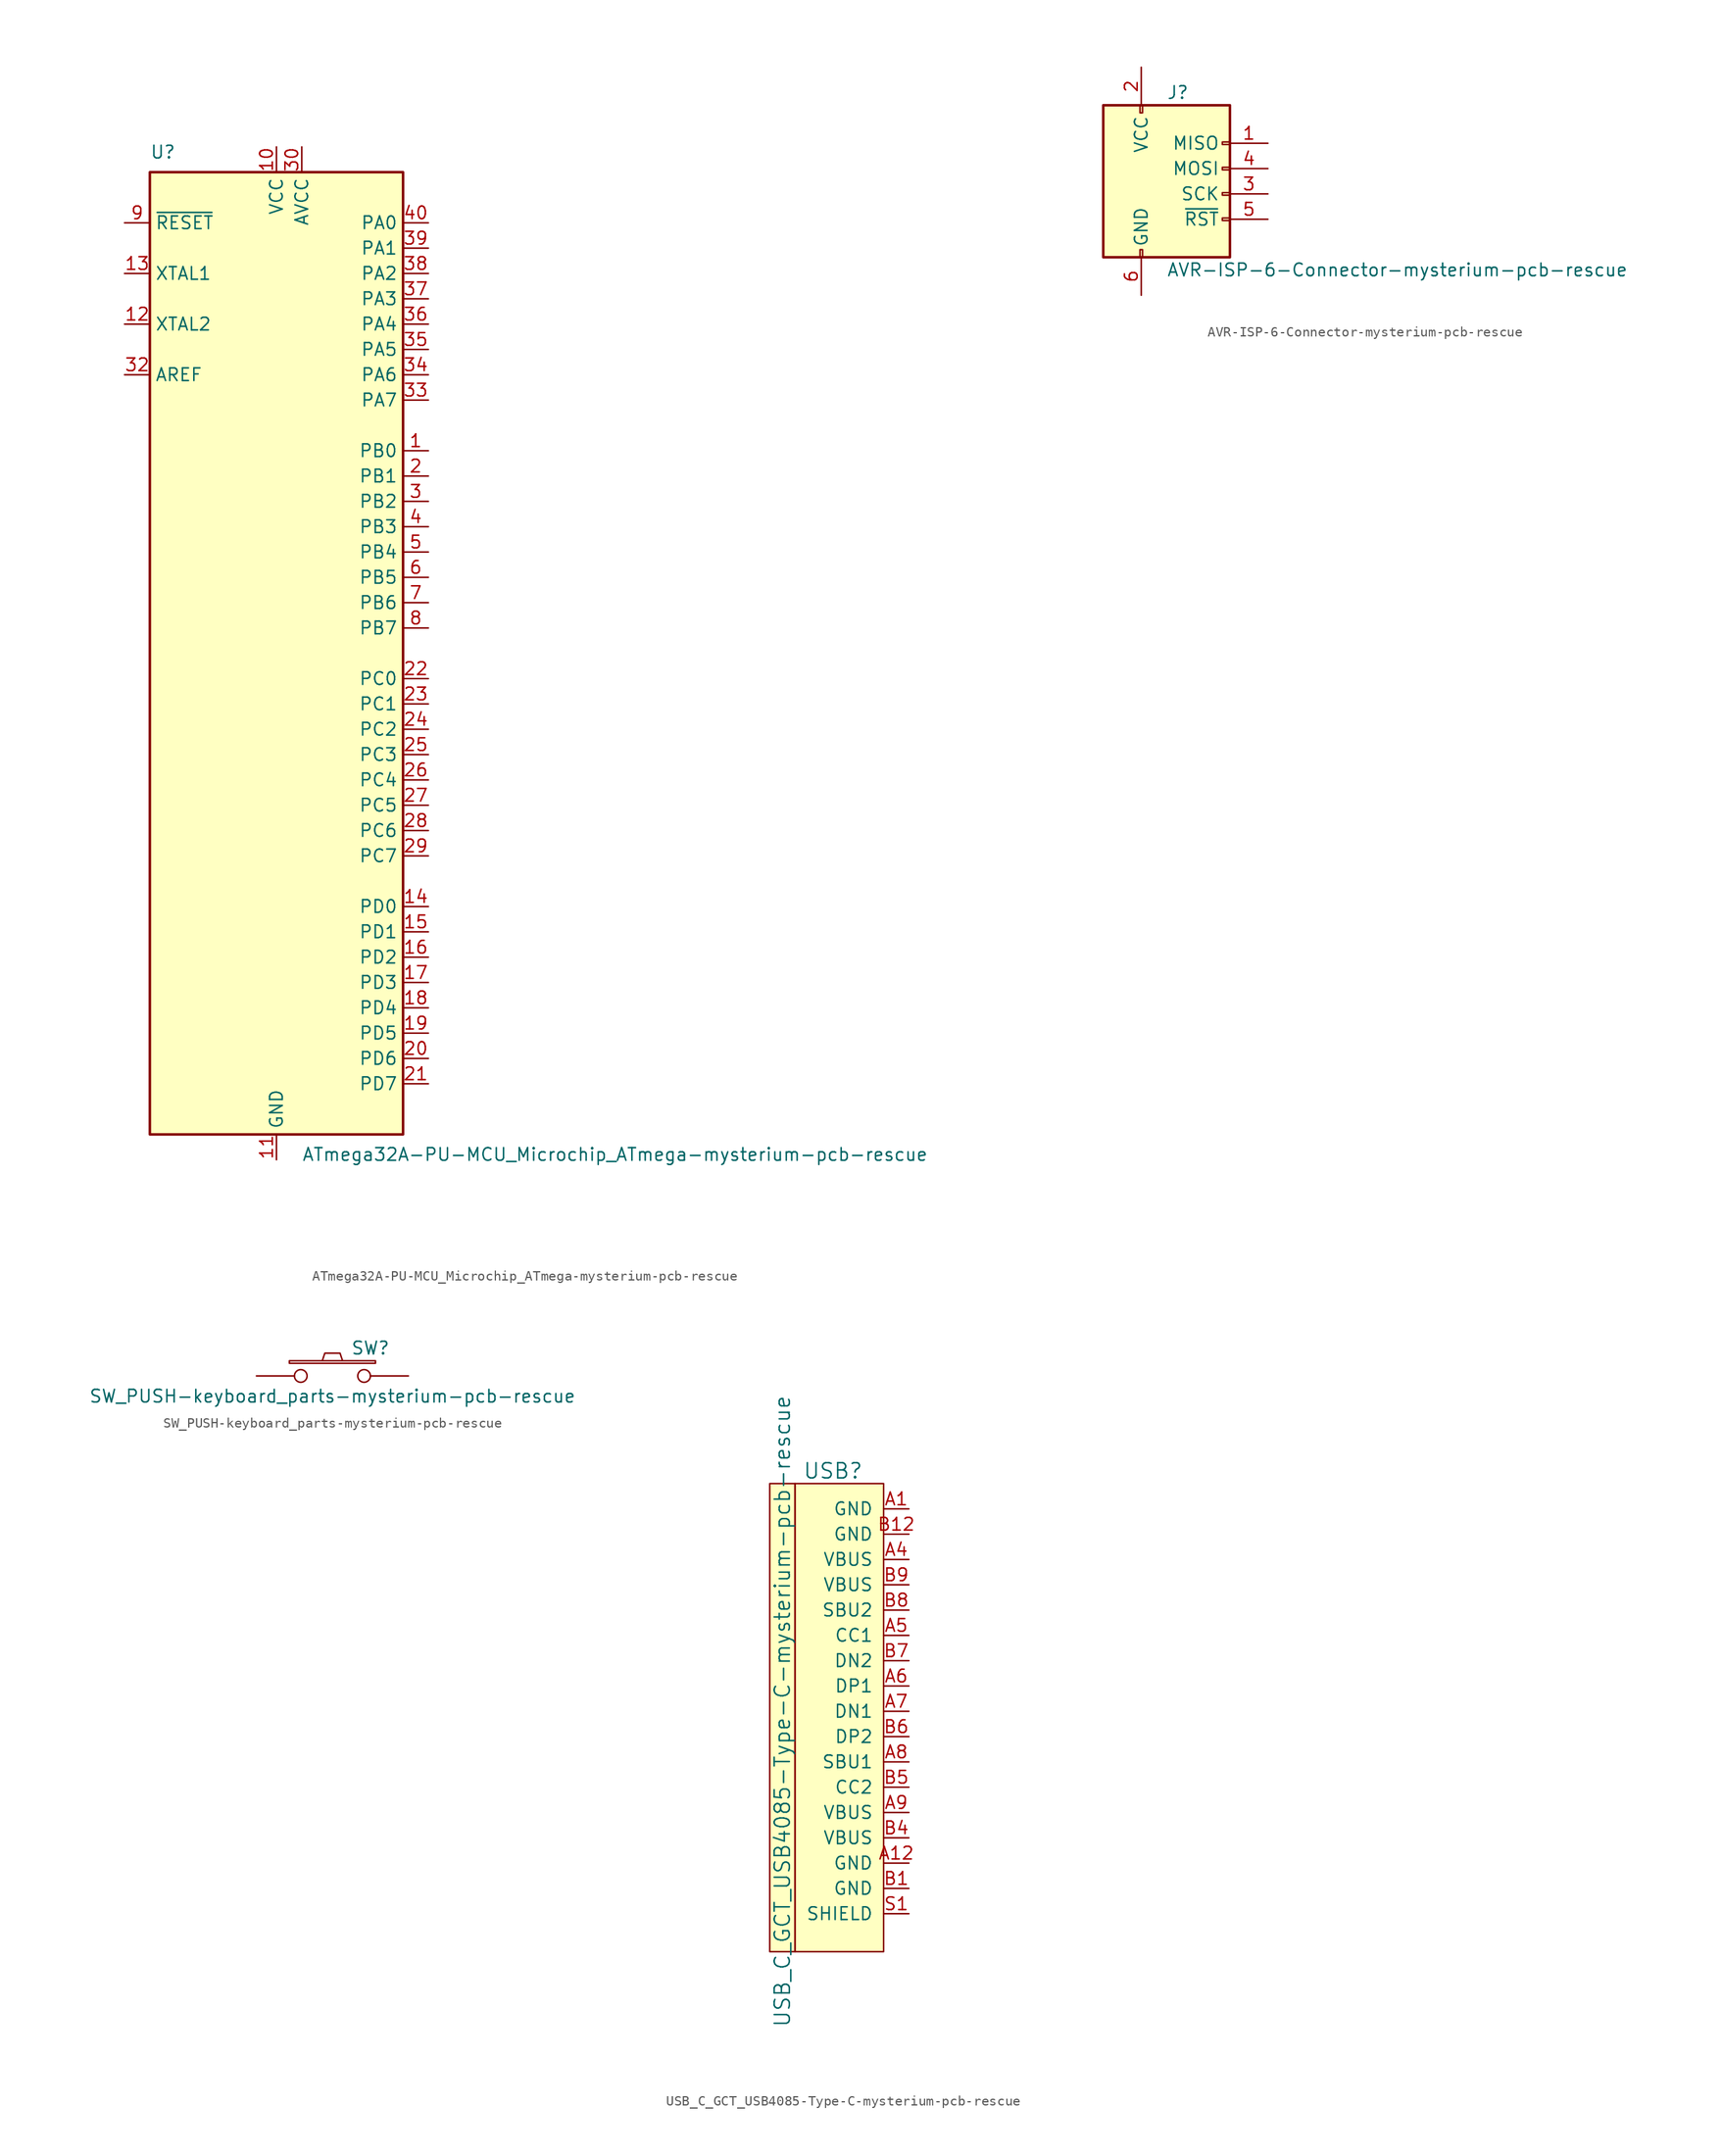
<source format=kicad_sym>
(kicad_symbol_lib
  (version 20211014)
  (generator kicad_symbol_editor)
  (symbol "ATmega32A-PU-MCU_Microchip_ATmega-mysterium-pcb-rescue"
    (property "Reference" "U"
      (at -12.7 49.53 0)
      (effects (font (size 1.27 1.27)) (justify left bottom)))
    (property "Value" "ATmega32A-PU-MCU_Microchip_ATmega-mysterium-pcb-rescue"
      (at 2.54 -49.53 0)
      (effects (font (size 1.27 1.27)) (justify left top)))
    (symbol "ATmega32A-PU-MCU_Microchip_ATmega-mysterium-pcb-rescue_0_1"
      (rectangle (start -12.7 -48.26) (end 12.7 48.26) (stroke (width 0.254) (type default) (color 0 0 0 0)) (fill (type background))))
    (symbol "ATmega32A-PU-MCU_Microchip_ATmega-mysterium-pcb-rescue_1_1"
      (pin tri_state line (at 15.24 20.32 180) (length 2.54) (name "PB0" (effects (font (size 1.27 1.27)))) (number "1" (effects (font (size 1.27 1.27)))))
      (pin power_in line (at 0 50.8 270) (length 2.54) (name "VCC" (effects (font (size 1.27 1.27)))) (number "10" (effects (font (size 1.27 1.27)))))
      (pin power_in line (at 0 -50.8 90) (length 2.54) (name "GND" (effects (font (size 1.27 1.27)))) (number "11" (effects (font (size 1.27 1.27)))))
      (pin output line (at -15.24 33.02 0) (length 2.54) (name "XTAL2" (effects (font (size 1.27 1.27)))) (number "12" (effects (font (size 1.27 1.27)))))
      (pin input line (at -15.24 38.1 0) (length 2.54) (name "XTAL1" (effects (font (size 1.27 1.27)))) (number "13" (effects (font (size 1.27 1.27)))))
      (pin tri_state line (at 15.24 -25.4 180) (length 2.54) (name "PD0" (effects (font (size 1.27 1.27)))) (number "14" (effects (font (size 1.27 1.27)))))
      (pin tri_state line (at 15.24 -27.94 180) (length 2.54) (name "PD1" (effects (font (size 1.27 1.27)))) (number "15" (effects (font (size 1.27 1.27)))))
      (pin tri_state line (at 15.24 -30.48 180) (length 2.54) (name "PD2" (effects (font (size 1.27 1.27)))) (number "16" (effects (font (size 1.27 1.27)))))
      (pin tri_state line (at 15.24 -33.02 180) (length 2.54) (name "PD3" (effects (font (size 1.27 1.27)))) (number "17" (effects (font (size 1.27 1.27)))))
      (pin tri_state line (at 15.24 -35.56 180) (length 2.54) (name "PD4" (effects (font (size 1.27 1.27)))) (number "18" (effects (font (size 1.27 1.27)))))
      (pin tri_state line (at 15.24 -38.1 180) (length 2.54) (name "PD5" (effects (font (size 1.27 1.27)))) (number "19" (effects (font (size 1.27 1.27)))))
      (pin tri_state line (at 15.24 17.78 180) (length 2.54) (name "PB1" (effects (font (size 1.27 1.27)))) (number "2" (effects (font (size 1.27 1.27)))))
      (pin tri_state line (at 15.24 -40.64 180) (length 2.54) (name "PD6" (effects (font (size 1.27 1.27)))) (number "20" (effects (font (size 1.27 1.27)))))
      (pin tri_state line (at 15.24 -43.18 180) (length 2.54) (name "PD7" (effects (font (size 1.27 1.27)))) (number "21" (effects (font (size 1.27 1.27)))))
      (pin tri_state line (at 15.24 -2.54 180) (length 2.54) (name "PC0" (effects (font (size 1.27 1.27)))) (number "22" (effects (font (size 1.27 1.27)))))
      (pin tri_state line (at 15.24 -5.08 180) (length 2.54) (name "PC1" (effects (font (size 1.27 1.27)))) (number "23" (effects (font (size 1.27 1.27)))))
      (pin tri_state line (at 15.24 -7.62 180) (length 2.54) (name "PC2" (effects (font (size 1.27 1.27)))) (number "24" (effects (font (size 1.27 1.27)))))
      (pin tri_state line (at 15.24 -10.16 180) (length 2.54) (name "PC3" (effects (font (size 1.27 1.27)))) (number "25" (effects (font (size 1.27 1.27)))))
      (pin tri_state line (at 15.24 -12.7 180) (length 2.54) (name "PC4" (effects (font (size 1.27 1.27)))) (number "26" (effects (font (size 1.27 1.27)))))
      (pin tri_state line (at 15.24 -15.24 180) (length 2.54) (name "PC5" (effects (font (size 1.27 1.27)))) (number "27" (effects (font (size 1.27 1.27)))))
      (pin tri_state line (at 15.24 -17.78 180) (length 2.54) (name "PC6" (effects (font (size 1.27 1.27)))) (number "28" (effects (font (size 1.27 1.27)))))
      (pin tri_state line (at 15.24 -20.32 180) (length 2.54) (name "PC7" (effects (font (size 1.27 1.27)))) (number "29" (effects (font (size 1.27 1.27)))))
      (pin tri_state line (at 15.24 15.24 180) (length 2.54) (name "PB2" (effects (font (size 1.27 1.27)))) (number "3" (effects (font (size 1.27 1.27)))))
      (pin power_in line (at 2.54 50.8 270) (length 2.54) (name "AVCC" (effects (font (size 1.27 1.27)))) (number "30" (effects (font (size 1.27 1.27)))))
      (pin passive line (at 0 -50.8 90) (length 2.54) hide (name "GND" (effects (font (size 1.27 1.27)))) (number "31" (effects (font (size 1.27 1.27)))))
      (pin passive line (at -15.24 27.94 0) (length 2.54) (name "AREF" (effects (font (size 1.27 1.27)))) (number "32" (effects (font (size 1.27 1.27)))))
      (pin tri_state line (at 15.24 25.4 180) (length 2.54) (name "PA7" (effects (font (size 1.27 1.27)))) (number "33" (effects (font (size 1.27 1.27)))))
      (pin tri_state line (at 15.24 27.94 180) (length 2.54) (name "PA6" (effects (font (size 1.27 1.27)))) (number "34" (effects (font (size 1.27 1.27)))))
      (pin tri_state line (at 15.24 30.48 180) (length 2.54) (name "PA5" (effects (font (size 1.27 1.27)))) (number "35" (effects (font (size 1.27 1.27)))))
      (pin tri_state line (at 15.24 33.02 180) (length 2.54) (name "PA4" (effects (font (size 1.27 1.27)))) (number "36" (effects (font (size 1.27 1.27)))))
      (pin tri_state line (at 15.24 35.56 180) (length 2.54) (name "PA3" (effects (font (size 1.27 1.27)))) (number "37" (effects (font (size 1.27 1.27)))))
      (pin tri_state line (at 15.24 38.1 180) (length 2.54) (name "PA2" (effects (font (size 1.27 1.27)))) (number "38" (effects (font (size 1.27 1.27)))))
      (pin tri_state line (at 15.24 40.64 180) (length 2.54) (name "PA1" (effects (font (size 1.27 1.27)))) (number "39" (effects (font (size 1.27 1.27)))))
      (pin tri_state line (at 15.24 12.7 180) (length 2.54) (name "PB3" (effects (font (size 1.27 1.27)))) (number "4" (effects (font (size 1.27 1.27)))))
      (pin tri_state line (at 15.24 43.18 180) (length 2.54) (name "PA0" (effects (font (size 1.27 1.27)))) (number "40" (effects (font (size 1.27 1.27)))))
      (pin tri_state line (at 15.24 10.16 180) (length 2.54) (name "PB4" (effects (font (size 1.27 1.27)))) (number "5" (effects (font (size 1.27 1.27)))))
      (pin tri_state line (at 15.24 7.62 180) (length 2.54) (name "PB5" (effects (font (size 1.27 1.27)))) (number "6" (effects (font (size 1.27 1.27)))))
      (pin tri_state line (at 15.24 5.08 180) (length 2.54) (name "PB6" (effects (font (size 1.27 1.27)))) (number "7" (effects (font (size 1.27 1.27)))))
      (pin tri_state line (at 15.24 2.54 180) (length 2.54) (name "PB7" (effects (font (size 1.27 1.27)))) (number "8" (effects (font (size 1.27 1.27)))))
      (pin input line (at -15.24 43.18 0) (length 2.54) (name "~{RESET}" (effects (font (size 1.27 1.27)))) (number "9" (effects (font (size 1.27 1.27)))))))
  (symbol "AVR-ISP-6-Connector-mysterium-pcb-rescue"
    (pin_names
      (offset 1.016))
    (property "Reference" "J"
      (at 0 10.16 0)
      (effects (font (size 1.27 1.27)) (justify left)))
    (property "Value" "AVR-ISP-6-Connector-mysterium-pcb-rescue"
      (at 0 -7.62 0)
      (effects (font (size 1.27 1.27)) (justify left)))
    (symbol "AVR-ISP-6-Connector-mysterium-pcb-rescue_0_1"
      (rectangle (start -2.667 -5.588) (end -2.413 -6.35) (stroke (width 0) (type default) (color 0 0 0 0)) (fill (type none)))
      (rectangle (start -2.667 8.89) (end -2.413 8.128) (stroke (width 0) (type default) (color 0 0 0 0)) (fill (type none)))
      (rectangle (start 6.35 -2.413) (end 5.588 -2.667) (stroke (width 0) (type default) (color 0 0 0 0)) (fill (type none)))
      (rectangle (start 6.35 0.127) (end 5.588 -0.127) (stroke (width 0) (type default) (color 0 0 0 0)) (fill (type none)))
      (rectangle (start 6.35 2.667) (end 5.588 2.413) (stroke (width 0) (type default) (color 0 0 0 0)) (fill (type none)))
      (rectangle (start 6.35 5.207) (end 5.588 4.953) (stroke (width 0) (type default) (color 0 0 0 0)) (fill (type none)))
      (rectangle (start 6.35 8.89) (end -6.35 -6.35) (stroke (width 0.254) (type default) (color 0 0 0 0)) (fill (type background))))
    (symbol "AVR-ISP-6-Connector-mysterium-pcb-rescue_1_1"
      (pin passive line (at 10.16 5.08 180) (length 3.81) (name "MISO" (effects (font (size 1.27 1.27)))) (number "1" (effects (font (size 1.27 1.27)))))
      (pin power_in line (at -2.54 12.7 270) (length 3.81) (name "VCC" (effects (font (size 1.27 1.27)))) (number "2" (effects (font (size 1.27 1.27)))))
      (pin passive line (at 10.16 0 180) (length 3.81) (name "SCK" (effects (font (size 1.27 1.27)))) (number "3" (effects (font (size 1.27 1.27)))))
      (pin passive line (at 10.16 2.54 180) (length 3.81) (name "MOSI" (effects (font (size 1.27 1.27)))) (number "4" (effects (font (size 1.27 1.27)))))
      (pin passive line (at 10.16 -2.54 180) (length 3.81) (name "~{RST}" (effects (font (size 1.27 1.27)))) (number "5" (effects (font (size 1.27 1.27)))))
      (pin power_in line (at -2.54 -10.16 90) (length 3.81) (name "GND" (effects (font (size 1.27 1.27)))) (number "6" (effects (font (size 1.27 1.27)))))))
  (symbol "SW_PUSH-keyboard_parts-mysterium-pcb-rescue"
    (pin_numbers hide)
    (pin_names
      (offset 1.016) hide)
    (property "Reference" "SW"
      (at 3.81 2.794 0)
      (effects (font (size 1.27 1.27))))
    (property "Value" "SW_PUSH-keyboard_parts-mysterium-pcb-rescue"
      (at 0 -2.032 0)
      (effects (font (size 1.27 1.27))))
    (property "Footprint" ""
      (at 0 0 0)
      (effects (font (size 1.524 1.524))))
    (property "Datasheet" ""
      (at 0 0 0)
      (effects (font (size 1.524 1.524))))
    (symbol "SW_PUSH-keyboard_parts-mysterium-pcb-rescue_0_1"
      (rectangle (start -4.318 1.27) (end 4.318 1.524) (stroke (width 0) (type default) (color 0 0 0 0)) (fill (type none)))
      (polyline (pts (xy -1.016 1.524) (xy -0.762 2.286) (xy 0.762 2.286) (xy 1.016 1.524)) (stroke (width 0) (type default) (color 0 0 0 0)) (fill (type none)))
      (pin passive inverted (at -7.62 0 0) (length 5.08) (name "1" (effects (font (size 1.524 1.524)))) (number "1" (effects (font (size 1.524 1.524)))))
      (pin passive inverted (at 7.62 0 180) (length 5.08) (name "2" (effects (font (size 1.524 1.524)))) (number "2" (effects (font (size 1.524 1.524)))))))
  (symbol "USB_C_GCT_USB4085-Type-C-mysterium-pcb-rescue"
    (pin_names
      (offset 1.016))
    (property "Reference" "USB"
      (at -5.08 22.86 0)
      (effects (font (size 1.524 1.524))))
    (property "Value" "USB_C_GCT_USB4085-Type-C-mysterium-pcb-rescue"
      (at -10.16 -1.27 90)
      (effects (font (size 1.524 1.524))))
    (symbol "USB_C_GCT_USB4085-Type-C-mysterium-pcb-rescue_0_1"
      (rectangle (start -11.43 21.59) (end -8.89 -25.4) (stroke (width 0) (type default) (color 0 0 0 0)) (fill (type background)))
      (rectangle (start 0 -25.4) (end -8.89 21.59) (stroke (width 0) (type default) (color 0 0 0 0)) (fill (type background))))
    (symbol "USB_C_GCT_USB4085-Type-C-mysterium-pcb-rescue_1_1"
      (pin input line (at 2.54 19.05 180) (length 2.54) (name "GND" (effects (font (size 1.27 1.27)))) (number "A1" (effects (font (size 1.27 1.27)))))
      (pin input line (at 2.54 -16.51 180) (length 2.54) (name "GND" (effects (font (size 1.27 1.27)))) (number "A12" (effects (font (size 1.27 1.27)))))
      (pin input line (at 2.54 13.97 180) (length 2.54) (name "VBUS" (effects (font (size 1.27 1.27)))) (number "A4" (effects (font (size 1.27 1.27)))))
      (pin input line (at 2.54 6.35 180) (length 2.54) (name "CC1" (effects (font (size 1.27 1.27)))) (number "A5" (effects (font (size 1.27 1.27)))))
      (pin input line (at 2.54 1.27 180) (length 2.54) (name "DP1" (effects (font (size 1.27 1.27)))) (number "A6" (effects (font (size 1.27 1.27)))))
      (pin input line (at 2.54 -1.27 180) (length 2.54) (name "DN1" (effects (font (size 1.27 1.27)))) (number "A7" (effects (font (size 1.27 1.27)))))
      (pin input line (at 2.54 -6.35 180) (length 2.54) (name "SBU1" (effects (font (size 1.27 1.27)))) (number "A8" (effects (font (size 1.27 1.27)))))
      (pin input line (at 2.54 -11.43 180) (length 2.54) (name "VBUS" (effects (font (size 1.27 1.27)))) (number "A9" (effects (font (size 1.27 1.27)))))
      (pin input line (at 2.54 -19.05 180) (length 2.54) (name "GND" (effects (font (size 1.27 1.27)))) (number "B1" (effects (font (size 1.27 1.27)))))
      (pin input line (at 2.54 16.51 180) (length 2.54) (name "GND" (effects (font (size 1.27 1.27)))) (number "B12" (effects (font (size 1.27 1.27)))))
      (pin input line (at 2.54 -13.97 180) (length 2.54) (name "VBUS" (effects (font (size 1.27 1.27)))) (number "B4" (effects (font (size 1.27 1.27)))))
      (pin input line (at 2.54 -8.89 180) (length 2.54) (name "CC2" (effects (font (size 1.27 1.27)))) (number "B5" (effects (font (size 1.27 1.27)))))
      (pin input line (at 2.54 -3.81 180) (length 2.54) (name "DP2" (effects (font (size 1.27 1.27)))) (number "B6" (effects (font (size 1.27 1.27)))))
      (pin input line (at 2.54 3.81 180) (length 2.54) (name "DN2" (effects (font (size 1.27 1.27)))) (number "B7" (effects (font (size 1.27 1.27)))))
      (pin input line (at 2.54 8.89 180) (length 2.54) (name "SBU2" (effects (font (size 1.27 1.27)))) (number "B8" (effects (font (size 1.27 1.27)))))
      (pin input line (at 2.54 11.43 180) (length 2.54) (name "VBUS" (effects (font (size 1.27 1.27)))) (number "B9" (effects (font (size 1.27 1.27)))))
      (pin input line (at 2.54 -21.59 180) (length 2.54) (name "SHIELD" (effects (font (size 1.27 1.27)))) (number "S1" (effects (font (size 1.27 1.27))))))))
</source>
